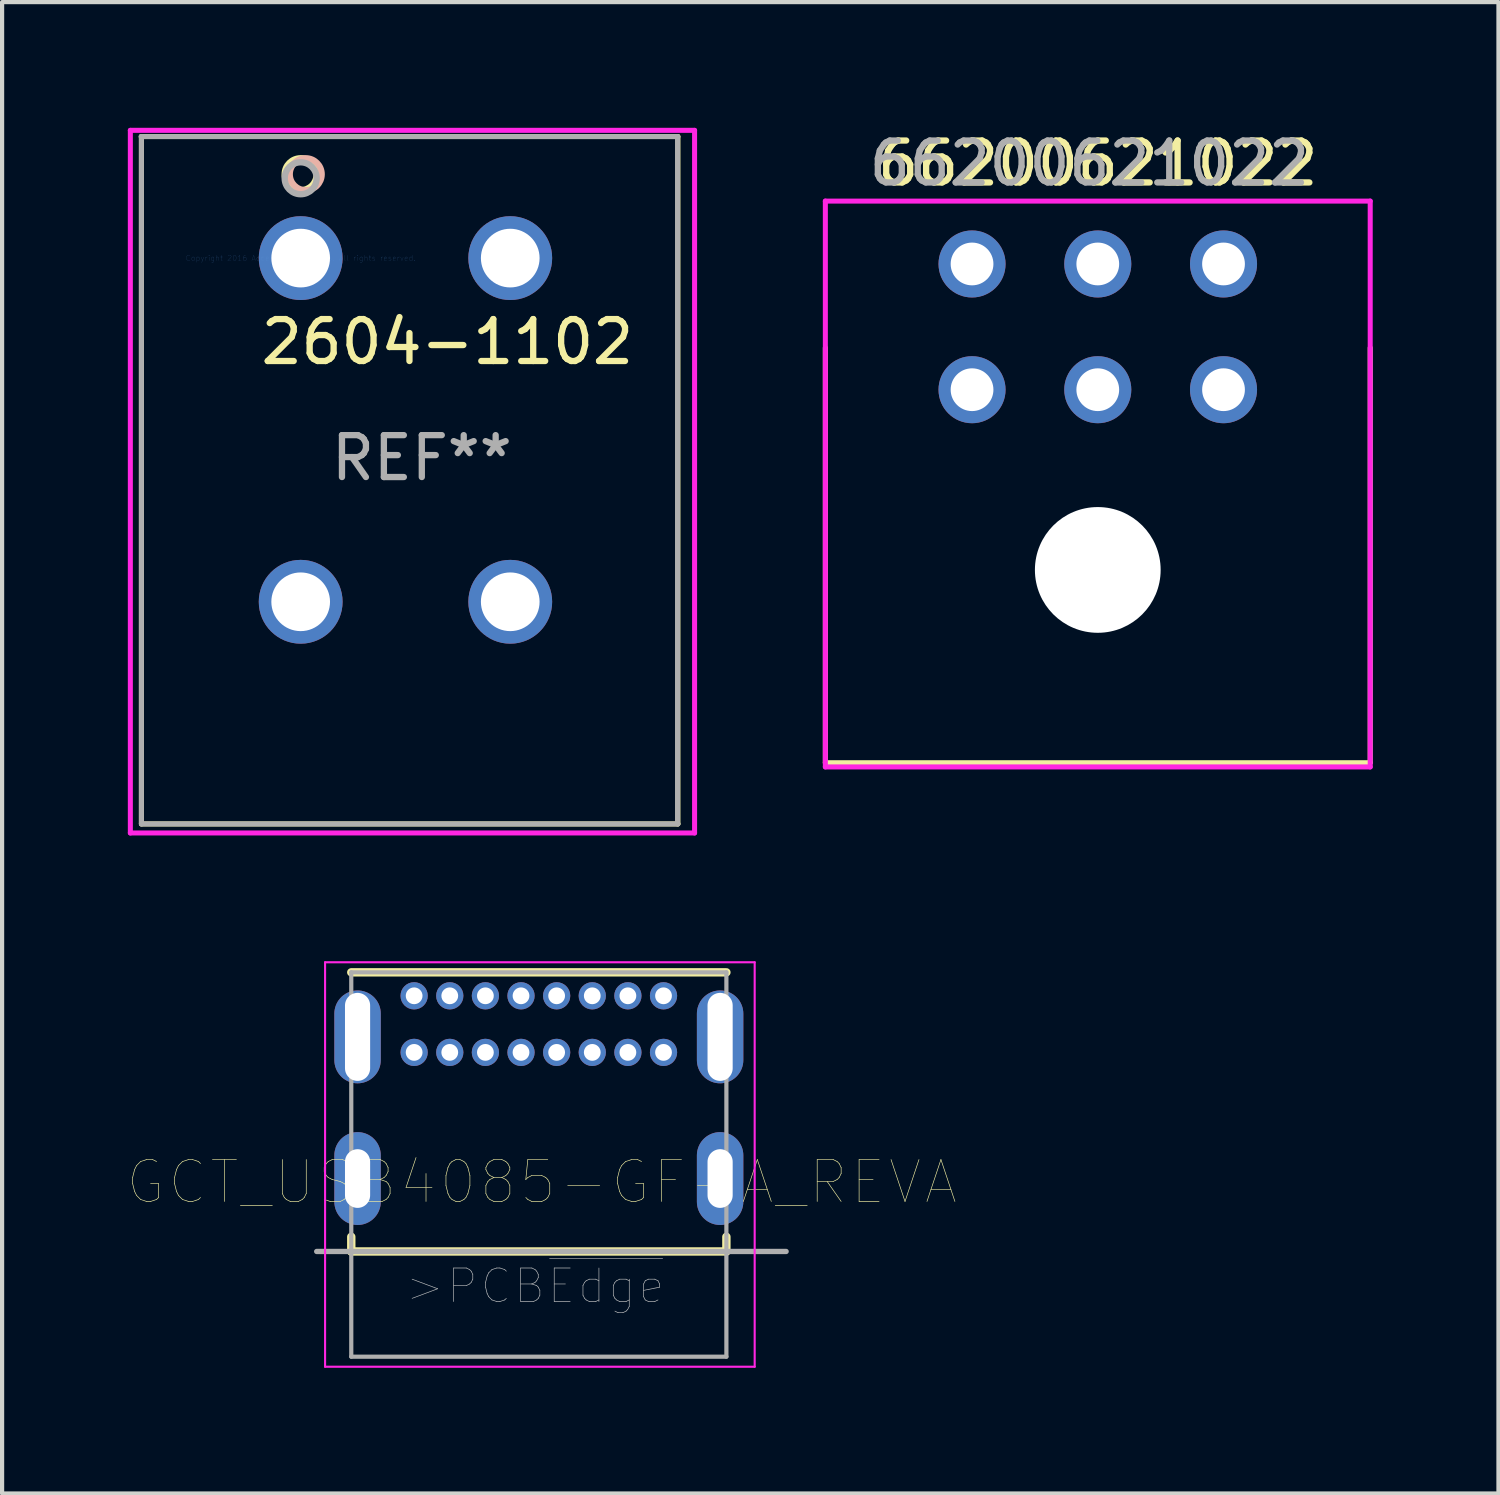
<source format=kicad_pcb>
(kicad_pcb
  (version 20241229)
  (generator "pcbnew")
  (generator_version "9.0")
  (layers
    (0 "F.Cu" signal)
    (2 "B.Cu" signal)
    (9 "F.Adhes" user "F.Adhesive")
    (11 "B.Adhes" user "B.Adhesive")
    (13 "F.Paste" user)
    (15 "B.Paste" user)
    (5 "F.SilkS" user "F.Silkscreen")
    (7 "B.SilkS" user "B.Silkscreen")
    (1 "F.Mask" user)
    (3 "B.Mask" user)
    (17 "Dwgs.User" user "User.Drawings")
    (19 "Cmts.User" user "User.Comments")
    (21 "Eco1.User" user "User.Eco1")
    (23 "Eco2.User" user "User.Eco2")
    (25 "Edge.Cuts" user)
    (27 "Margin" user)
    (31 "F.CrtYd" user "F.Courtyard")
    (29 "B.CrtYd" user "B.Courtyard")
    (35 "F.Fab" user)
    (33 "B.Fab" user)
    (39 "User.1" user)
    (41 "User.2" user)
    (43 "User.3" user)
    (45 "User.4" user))
  (footprint "GCT_USB4085-GF-A_REVA"
    (layer "F.Cu")
    (at 9.806 24.734)
    (property "Reference" "GCT_USB4085-GF-A_REVA" (at 0.07 0.42 0) (layer "F.SilkS") (effects (font (size 1 1) (thickness 0.015))))
    (attr through_hole)
    (fp_line (start -4.475 -4.585) (end 4.475 -4.585) (stroke (width 0.2) (type solid)) (layer "F.SilkS"))
    (fp_line (start -4.475 1.725) (end -4.475 2.075) (stroke (width 0.2) (type solid)) (layer "F.SilkS"))
    (fp_line (start -4.475 2.075) (end 4.475 2.075) (stroke (width 0.2) (type solid)) (layer "F.SilkS"))
    (fp_line (start 4.475 2.075) (end 4.475 1.725) (stroke (width 0.2) (type solid)) (layer "F.SilkS"))
    (fp_line (start -5.1 -4.825) (end 5.15 -4.825) (stroke (width 0.05) (type solid)) (layer "F.CrtYd"))
    (fp_line (start -5.1 4.825) (end -5.1 -4.825) (stroke (width 0.05) (type solid)) (layer "F.CrtYd"))
    (fp_line (start 5.15 -4.825) (end 5.15 4.825) (stroke (width 0.05) (type solid)) (layer "F.CrtYd"))
    (fp_line (start 5.15 4.825) (end -5.1 4.825) (stroke (width 0.05) (type solid)) (layer "F.CrtYd"))
    (fp_line (start -5.3 2.075) (end 5.9 2.075) (stroke (width 0.127) (type solid)) (layer "F.Fab"))
    (fp_line (start -4.475 -4.585) (end 4.475 -4.585) (stroke (width 0.1) (type solid)) (layer "F.Fab"))
    (fp_line (start -4.475 4.585) (end -4.475 -4.585) (stroke (width 0.1) (type solid)) (layer "F.Fab"))
    (fp_line (start 4.475 -4.585) (end 4.475 4.585) (stroke (width 0.1) (type solid)) (layer "F.Fab"))
    (fp_line (start 4.475 4.585) (end -4.475 4.585) (stroke (width 0.1) (type solid)) (layer "F.Fab"))
    (fp_text user ">PCB~{Edge}" (at -0.09 2.9 0) (layer "Dwgs.User") (effects (font (size 0.8 0.8) (thickness 0.015))))
    (pad "A1" thru_hole circle (at -2.975 -4.025) (size 0.65 0.65) (drill 0.4) (layers "*.Cu" "*.Mask"))
    (pad "A4" thru_hole circle (at -2.125 -4.025) (size 0.65 0.65) (drill 0.4) (layers "*.Cu" "*.Mask"))
    (pad "A5" thru_hole circle (at -1.275 -4.025) (size 0.65 0.65) (drill 0.4) (layers "*.Cu" "*.Mask"))
    (pad "A6" thru_hole circle (at -0.425 -4.025) (size 0.65 0.65) (drill 0.4) (layers "*.Cu" "*.Mask"))
    (pad "A7" thru_hole circle (at 0.425 -4.025) (size 0.65 0.65) (drill 0.4) (layers "*.Cu" "*.Mask"))
    (pad "A8" thru_hole circle (at 1.275 -4.025) (size 0.65 0.65) (drill 0.4) (layers "*.Cu" "*.Mask"))
    (pad "A9" thru_hole circle (at 2.125 -4.025) (size 0.65 0.65) (drill 0.4) (layers "*.Cu" "*.Mask"))
    (pad "A12" thru_hole circle (at 2.975 -4.025) (size 0.65 0.65) (drill 0.4) (layers "*.Cu" "*.Mask"))
    (pad "B1" thru_hole circle (at 2.975 -2.675) (size 0.65 0.65) (drill 0.4) (layers "*.Cu" "*.Mask"))
    (pad "B4" thru_hole circle (at 2.125 -2.675) (size 0.65 0.65) (drill 0.4) (layers "*.Cu" "*.Mask"))
    (pad "B5" thru_hole circle (at 1.275 -2.675) (size 0.65 0.65) (drill 0.4) (layers "*.Cu" "*.Mask"))
    (pad "B6" thru_hole circle (at 0.425 -2.675) (size 0.65 0.65) (drill 0.4) (layers "*.Cu" "*.Mask"))
    (pad "B7" thru_hole circle (at -0.425 -2.675) (size 0.65 0.65) (drill 0.4) (layers "*.Cu" "*.Mask"))
    (pad "B8" thru_hole circle (at -1.275 -2.675) (size 0.65 0.65) (drill 0.4) (layers "*.Cu" "*.Mask"))
    (pad "B9" thru_hole circle (at -2.125 -2.675) (size 0.65 0.65) (drill 0.4) (layers "*.Cu" "*.Mask"))
    (pad "B12" thru_hole circle (at -2.975 -2.675) (size 0.65 0.65) (drill 0.4) (layers "*.Cu" "*.Mask"))
    (pad "P1" thru_hole oval (at -4.325 -3.045) (size 1.108 2.216) (drill oval 0.6 2.1) (layers "*.Cu" "*.Mask"))
    (pad "P2" thru_hole oval (at 4.325 -3.045) (size 1.108 2.216) (drill oval 0.6 2.1) (layers "*.Cu" "*.Mask"))
    (pad "P3" thru_hole oval (at 4.325 0.335) (size 1.108 2.216) (drill oval 0.6 1.4) (layers "*.Cu" "*.Mask"))
    (pad "P4" thru_hole oval (at -4.325 0.335) (size 1.108 2.216) (drill oval 0.6 1.4) (layers "*.Cu" "*.Mask")))
  (footprint "2604-1102"
    (layer "F.Cu")
    (at 4.124 3.108)
    (property "Reference" "2604-1102" (at 3.5 2 0) (layer "F.SilkS") (effects (font (size 1 1) (thickness 0.15))))
    (attr through_hole)
    (fp_line (start -3.8 -2.9) (end 9 -2.9) (stroke (width 0.12) (type solid)) (layer "F.SilkS"))
    (fp_line (start -3.8 13.5) (end -3.8 -2.9) (stroke (width 0.12) (type solid)) (layer "F.SilkS"))
    (fp_line (start 9 -2.9) (end 9 13.5) (stroke (width 0.12) (type solid)) (layer "F.SilkS"))
    (fp_line (start 9 13.5) (end -3.8 13.5) (stroke (width 0.12) (type solid)) (layer "F.SilkS"))
    (fp_circle (center 0 -2) (end 0.381 -2) (stroke (width 0.152) (type solid)) (fill no) (layer "F.SilkS"))
    (fp_circle (center 0.119 -2) (end 0.5 -2) (stroke (width 0.152) (type solid)) (fill no) (layer "B.SilkS"))
    (fp_line (start -4.064 -3.048) (end 9.398 -3.048) (stroke (width 0.12) (type solid)) (layer "F.CrtYd"))
    (fp_line (start -4.064 13.716) (end -4.064 -3.048) (stroke (width 0.12) (type solid)) (layer "F.CrtYd"))
    (fp_line (start 9.398 -3.048) (end 9.398 13.716) (stroke (width 0.12) (type solid)) (layer "F.CrtYd"))
    (fp_line (start 9.398 13.716) (end -4.064 13.716) (stroke (width 0.12) (type solid)) (layer "F.CrtYd"))
    (fp_line (start -3.808 -2.9) (end 8.992 -2.9) (stroke (width 0.12) (type solid)) (layer "F.Fab"))
    (fp_line (start -3.8 13.5) (end -3.8 -2.9) (stroke (width 0.12) (type solid)) (layer "F.Fab"))
    (fp_line (start 8.992 -2.9) (end 8.992 13.5) (stroke (width 0.12) (type solid)) (layer "F.Fab"))
    (fp_line (start 9 13.5) (end -3.8 13.5) (stroke (width 0.12) (type solid)) (layer "F.Fab"))
    (fp_circle (center 0 -1.905) (end 0.381 -1.905) (stroke (width 0.152) (type solid)) (fill no) (layer "F.Fab"))
    (fp_text user "*" (at 0 0 0) (layer "F.SilkS") (effects (font (size 1 1) (thickness 0.15))))
    (fp_text user "Copyright 2016 Accelerated Designs. All rights reserved." (at 0 0 0) (layer "Cmts.User") (effects (font (size 0.127 0.127) (thickness 0.002))))
    (fp_text user "*" (at 0 0 0) (layer "F.Fab") (effects (font (size 1 1) (thickness 0.15))))
    (fp_text user "REF**" (at 2.89 4.769 0) (layer "F.Fab") (effects (font (size 1 1) (thickness 0.15))))
    (pad "1" thru_hole circle (at 0 0) (size 2 2) (drill 1.4) (layers "*.Cu" "*.Mask"))
    (pad "2" thru_hole circle (at 0 8.2) (size 2 2) (drill 1.4) (layers "*.Cu" "*.Mask"))
    (pad "3" thru_hole circle (at 5 0) (size 2 2) (drill 1.4) (layers "*.Cu" "*.Mask"))
    (pad "4" thru_hole circle (at 5 8.2 90) (size 2 2) (drill 1.4) (layers "*.Cu" "*.Mask")))
  (footprint "66200621022"
    (layer "F.Cu")
    (at 23.142 6.248)
    (property "Reference" "66200621022" (at 0 -5.4 0) (layer "F.SilkS") (effects (font (size 1 1) (thickness 0.15))))
    (attr through_hole)
    (fp_line (start -6.5 -1) (end -6.5 8.9) (stroke (width 0.12) (type solid)) (layer "F.SilkS"))
    (fp_line (start -6.5 8.9) (end 6.5 8.9) (stroke (width 0.12) (type solid)) (layer "F.SilkS"))
    (fp_line (start 6.5 -1) (end 6.5 8.9) (stroke (width 0.12) (type solid)) (layer "F.SilkS"))
    (fp_line (start -6.5 -4.5) (end -6.5 9) (stroke (width 0.12) (type solid)) (layer "F.CrtYd"))
    (fp_line (start -6.5 9) (end 6.5 9) (stroke (width 0.12) (type solid)) (layer "F.CrtYd"))
    (fp_line (start 6.5 -4.5) (end -6.5 -4.5) (stroke (width 0.12) (type solid)) (layer "F.CrtYd"))
    (fp_line (start 6.5 9) (end 6.5 -4.5) (stroke (width 0.12) (type solid)) (layer "F.CrtYd"))
    (fp_text user "${REFERENCE}" (at -0.2 -5.4 0) (layer "F.Fab") (effects (font (size 1 1) (thickness 0.15))))
    (pad "" np_thru_hole circle (at 0 4.3) (size 3 3) (drill 3) (layers "*.Cu" "*.Mask"))
    (pad "1" thru_hole circle (at -3 -3) (size 1.6 1.6) (drill 1.02) (layers "*.Cu" "*.Mask"))
    (pad "2" thru_hole circle (at 0 -3) (size 1.6 1.6) (drill 1.02) (layers "*.Cu" "*.Mask"))
    (pad "3" thru_hole circle (at 3 -3) (size 1.6 1.6) (drill 1.02) (layers "*.Cu" "*.Mask"))
    (pad "4" thru_hole circle (at -3 0) (size 1.6 1.6) (drill 1.02) (layers "*.Cu" "*.Mask"))
    (pad "5" thru_hole circle (at 0 0) (size 1.6 1.6) (drill 1.02) (layers "*.Cu" "*.Mask"))
    (pad "6" thru_hole circle (at 3 0) (size 1.6 1.6) (drill 1.02) (layers "*.Cu" "*.Mask")))
  (gr_rect
    (start -3 -3)
    (end 32.702 32.584)
    (stroke (width 0.1) (type default))
    (fill no)
    (layer "Edge.Cuts")))
</source>
